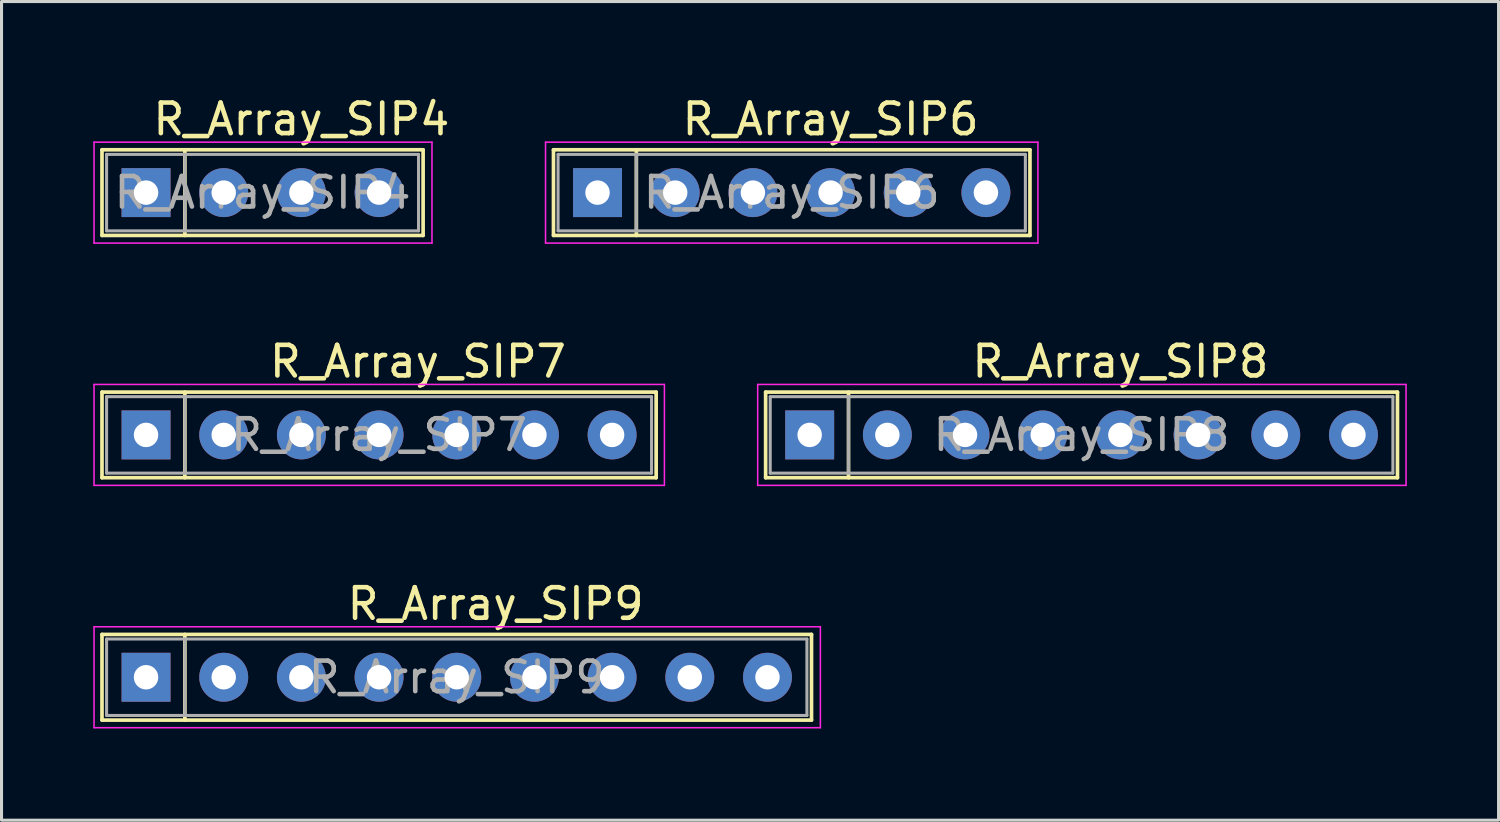
<source format=kicad_pcb>
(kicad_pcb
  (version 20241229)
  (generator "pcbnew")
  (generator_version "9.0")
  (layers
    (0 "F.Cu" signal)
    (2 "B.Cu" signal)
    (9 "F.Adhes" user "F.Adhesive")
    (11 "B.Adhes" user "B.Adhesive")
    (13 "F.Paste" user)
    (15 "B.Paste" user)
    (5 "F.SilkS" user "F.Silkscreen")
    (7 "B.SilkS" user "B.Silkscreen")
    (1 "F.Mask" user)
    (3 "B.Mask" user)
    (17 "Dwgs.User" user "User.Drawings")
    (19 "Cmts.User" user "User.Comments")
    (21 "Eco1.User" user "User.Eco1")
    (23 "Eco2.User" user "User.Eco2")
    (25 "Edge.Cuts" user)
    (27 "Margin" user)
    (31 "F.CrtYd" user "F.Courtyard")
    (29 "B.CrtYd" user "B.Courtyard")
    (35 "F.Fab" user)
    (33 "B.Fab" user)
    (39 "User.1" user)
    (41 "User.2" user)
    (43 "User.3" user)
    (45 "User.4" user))
  (footprint "R_Array_SIP8"
    (layer "F.Cu")
    (at 23.425 11.171)
    (property "Reference" "R_Array_SIP8" (at 10.16 -2.4 0) (layer "F.SilkS") (effects (font (size 1 1) (thickness 0.15))))
    (attr through_hole)
    (fp_line (start -1.44 -1.4) (end -1.44 1.4) (stroke (width 0.12) (type solid)) (layer "F.SilkS"))
    (fp_line (start -1.44 1.4) (end 19.22 1.4) (stroke (width 0.12) (type solid)) (layer "F.SilkS"))
    (fp_line (start 1.27 -1.4) (end 1.27 1.4) (stroke (width 0.12) (type solid)) (layer "F.SilkS"))
    (fp_line (start 19.22 -1.4) (end -1.44 -1.4) (stroke (width 0.12) (type solid)) (layer "F.SilkS"))
    (fp_line (start 19.22 1.4) (end 19.22 -1.4) (stroke (width 0.12) (type solid)) (layer "F.SilkS"))
    (fp_line (start -1.7 -1.65) (end -1.7 1.65) (stroke (width 0.05) (type solid)) (layer "F.CrtYd"))
    (fp_line (start -1.7 1.65) (end 19.5 1.65) (stroke (width 0.05) (type solid)) (layer "F.CrtYd"))
    (fp_line (start 19.5 -1.65) (end -1.7 -1.65) (stroke (width 0.05) (type solid)) (layer "F.CrtYd"))
    (fp_line (start 19.5 1.65) (end 19.5 -1.65) (stroke (width 0.05) (type solid)) (layer "F.CrtYd"))
    (fp_line (start -1.29 -1.25) (end -1.29 1.25) (stroke (width 0.1) (type solid)) (layer "F.Fab"))
    (fp_line (start -1.29 1.25) (end 19.07 1.25) (stroke (width 0.1) (type solid)) (layer "F.Fab"))
    (fp_line (start 1.27 -1.25) (end 1.27 1.25) (stroke (width 0.1) (type solid)) (layer "F.Fab"))
    (fp_line (start 19.07 -1.25) (end -1.29 -1.25) (stroke (width 0.1) (type solid)) (layer "F.Fab"))
    (fp_line (start 19.07 1.25) (end 19.07 -1.25) (stroke (width 0.1) (type solid)) (layer "F.Fab"))
    (fp_text user "${REFERENCE}" (at 8.89 0 0) (layer "F.Fab") (effects (font (size 1 1) (thickness 0.15))))
    (pad "1" thru_hole rect (at 0 0) (size 1.6 1.6) (drill 0.8) (layers "*.Cu" "*.Mask"))
    (pad "2" thru_hole oval (at 2.54 0) (size 1.6 1.6) (drill 0.8) (layers "*.Cu" "*.Mask"))
    (pad "3" thru_hole oval (at 5.08 0) (size 1.6 1.6) (drill 0.8) (layers "*.Cu" "*.Mask"))
    (pad "4" thru_hole oval (at 7.62 0) (size 1.6 1.6) (drill 0.8) (layers "*.Cu" "*.Mask"))
    (pad "5" thru_hole oval (at 10.16 0) (size 1.6 1.6) (drill 0.8) (layers "*.Cu" "*.Mask"))
    (pad "6" thru_hole oval (at 12.7 0) (size 1.6 1.6) (drill 0.8) (layers "*.Cu" "*.Mask"))
    (pad "7" thru_hole oval (at 15.24 0) (size 1.6 1.6) (drill 0.8) (layers "*.Cu" "*.Mask"))
    (pad "8" thru_hole oval (at 17.78 0) (size 1.6 1.6) (drill 0.8) (layers "*.Cu" "*.Mask")))
  (footprint "R_Array_SIP6"
    (layer "F.Cu")
    (at 16.488 3.248)
    (property "Reference" "R_Array_SIP6" (at 7.62 -2.4 0) (layer "F.SilkS") (effects (font (size 1 1) (thickness 0.15))))
    (attr through_hole)
    (fp_line (start -1.44 -1.4) (end -1.44 1.4) (stroke (width 0.12) (type solid)) (layer "F.SilkS"))
    (fp_line (start -1.44 1.4) (end 14.14 1.4) (stroke (width 0.12) (type solid)) (layer "F.SilkS"))
    (fp_line (start 1.27 -1.4) (end 1.27 1.4) (stroke (width 0.12) (type solid)) (layer "F.SilkS"))
    (fp_line (start 14.14 -1.4) (end -1.44 -1.4) (stroke (width 0.12) (type solid)) (layer "F.SilkS"))
    (fp_line (start 14.14 1.4) (end 14.14 -1.4) (stroke (width 0.12) (type solid)) (layer "F.SilkS"))
    (fp_line (start -1.7 -1.65) (end -1.7 1.65) (stroke (width 0.05) (type solid)) (layer "F.CrtYd"))
    (fp_line (start -1.7 1.65) (end 14.4 1.65) (stroke (width 0.05) (type solid)) (layer "F.CrtYd"))
    (fp_line (start 14.4 -1.65) (end -1.7 -1.65) (stroke (width 0.05) (type solid)) (layer "F.CrtYd"))
    (fp_line (start 14.4 1.65) (end 14.4 -1.65) (stroke (width 0.05) (type solid)) (layer "F.CrtYd"))
    (fp_line (start -1.29 -1.25) (end -1.29 1.25) (stroke (width 0.1) (type solid)) (layer "F.Fab"))
    (fp_line (start -1.29 1.25) (end 13.99 1.25) (stroke (width 0.1) (type solid)) (layer "F.Fab"))
    (fp_line (start 1.27 -1.25) (end 1.27 1.25) (stroke (width 0.1) (type solid)) (layer "F.Fab"))
    (fp_line (start 13.99 -1.25) (end -1.29 -1.25) (stroke (width 0.1) (type solid)) (layer "F.Fab"))
    (fp_line (start 13.99 1.25) (end 13.99 -1.25) (stroke (width 0.1) (type solid)) (layer "F.Fab"))
    (fp_text user "${REFERENCE}" (at 6.35 0 0) (layer "F.Fab") (effects (font (size 1 1) (thickness 0.15))))
    (pad "1" thru_hole rect (at 0 0) (size 1.6 1.6) (drill 0.8) (layers "*.Cu" "*.Mask"))
    (pad "2" thru_hole oval (at 2.54 0) (size 1.6 1.6) (drill 0.8) (layers "*.Cu" "*.Mask"))
    (pad "3" thru_hole oval (at 5.08 0) (size 1.6 1.6) (drill 0.8) (layers "*.Cu" "*.Mask"))
    (pad "4" thru_hole oval (at 7.62 0) (size 1.6 1.6) (drill 0.8) (layers "*.Cu" "*.Mask"))
    (pad "5" thru_hole oval (at 10.16 0) (size 1.6 1.6) (drill 0.8) (layers "*.Cu" "*.Mask"))
    (pad "6" thru_hole oval (at 12.7 0) (size 1.6 1.6) (drill 0.8) (layers "*.Cu" "*.Mask")))
  (footprint "R_Array_SIP4"
    (layer "F.Cu")
    (at 1.725 3.248)
    (property "Reference" "R_Array_SIP4" (at 5.08 -2.4 0) (layer "F.SilkS") (effects (font (size 1 1) (thickness 0.15))))
    (attr through_hole)
    (fp_line (start -1.44 -1.4) (end -1.44 1.4) (stroke (width 0.12) (type solid)) (layer "F.SilkS"))
    (fp_line (start -1.44 1.4) (end 9.06 1.4) (stroke (width 0.12) (type solid)) (layer "F.SilkS"))
    (fp_line (start 1.27 -1.4) (end 1.27 1.4) (stroke (width 0.12) (type solid)) (layer "F.SilkS"))
    (fp_line (start 9.06 -1.4) (end -1.44 -1.4) (stroke (width 0.12) (type solid)) (layer "F.SilkS"))
    (fp_line (start 9.06 1.4) (end 9.06 -1.4) (stroke (width 0.12) (type solid)) (layer "F.SilkS"))
    (fp_line (start -1.7 -1.65) (end -1.7 1.65) (stroke (width 0.05) (type solid)) (layer "F.CrtYd"))
    (fp_line (start -1.7 1.65) (end 9.35 1.65) (stroke (width 0.05) (type solid)) (layer "F.CrtYd"))
    (fp_line (start 9.35 -1.65) (end -1.7 -1.65) (stroke (width 0.05) (type solid)) (layer "F.CrtYd"))
    (fp_line (start 9.35 1.65) (end 9.35 -1.65) (stroke (width 0.05) (type solid)) (layer "F.CrtYd"))
    (fp_line (start -1.29 -1.25) (end -1.29 1.25) (stroke (width 0.1) (type solid)) (layer "F.Fab"))
    (fp_line (start -1.29 1.25) (end 8.91 1.25) (stroke (width 0.1) (type solid)) (layer "F.Fab"))
    (fp_line (start 1.27 -1.25) (end 1.27 1.25) (stroke (width 0.1) (type solid)) (layer "F.Fab"))
    (fp_line (start 8.91 -1.25) (end -1.29 -1.25) (stroke (width 0.1) (type solid)) (layer "F.Fab"))
    (fp_line (start 8.91 1.25) (end 8.91 -1.25) (stroke (width 0.1) (type solid)) (layer "F.Fab"))
    (fp_text user "${REFERENCE}" (at 3.81 0 0) (layer "F.Fab") (effects (font (size 1 1) (thickness 0.15))))
    (pad "1" thru_hole rect (at 0 0) (size 1.6 1.6) (drill 0.8) (layers "*.Cu" "*.Mask"))
    (pad "2" thru_hole oval (at 2.54 0) (size 1.6 1.6) (drill 0.8) (layers "*.Cu" "*.Mask"))
    (pad "3" thru_hole oval (at 5.08 0) (size 1.6 1.6) (drill 0.8) (layers "*.Cu" "*.Mask"))
    (pad "4" thru_hole oval (at 7.62 0) (size 1.6 1.6) (drill 0.8) (layers "*.Cu" "*.Mask")))
  (footprint "R_Array_SIP7"
    (layer "F.Cu")
    (at 1.725 11.171)
    (property "Reference" "R_Array_SIP7" (at 8.89 -2.4 0) (layer "F.SilkS") (effects (font (size 1 1) (thickness 0.15))))
    (attr through_hole)
    (fp_line (start -1.44 -1.4) (end -1.44 1.4) (stroke (width 0.12) (type solid)) (layer "F.SilkS"))
    (fp_line (start -1.44 1.4) (end 16.68 1.4) (stroke (width 0.12) (type solid)) (layer "F.SilkS"))
    (fp_line (start 1.27 -1.4) (end 1.27 1.4) (stroke (width 0.12) (type solid)) (layer "F.SilkS"))
    (fp_line (start 16.68 -1.4) (end -1.44 -1.4) (stroke (width 0.12) (type solid)) (layer "F.SilkS"))
    (fp_line (start 16.68 1.4) (end 16.68 -1.4) (stroke (width 0.12) (type solid)) (layer "F.SilkS"))
    (fp_line (start -1.7 -1.65) (end -1.7 1.65) (stroke (width 0.05) (type solid)) (layer "F.CrtYd"))
    (fp_line (start -1.7 1.65) (end 16.95 1.65) (stroke (width 0.05) (type solid)) (layer "F.CrtYd"))
    (fp_line (start 16.95 -1.65) (end -1.7 -1.65) (stroke (width 0.05) (type solid)) (layer "F.CrtYd"))
    (fp_line (start 16.95 1.65) (end 16.95 -1.65) (stroke (width 0.05) (type solid)) (layer "F.CrtYd"))
    (fp_line (start -1.29 -1.25) (end -1.29 1.25) (stroke (width 0.1) (type solid)) (layer "F.Fab"))
    (fp_line (start -1.29 1.25) (end 16.53 1.25) (stroke (width 0.1) (type solid)) (layer "F.Fab"))
    (fp_line (start 1.27 -1.25) (end 1.27 1.25) (stroke (width 0.1) (type solid)) (layer "F.Fab"))
    (fp_line (start 16.53 -1.25) (end -1.29 -1.25) (stroke (width 0.1) (type solid)) (layer "F.Fab"))
    (fp_line (start 16.53 1.25) (end 16.53 -1.25) (stroke (width 0.1) (type solid)) (layer "F.Fab"))
    (fp_text user "${REFERENCE}" (at 7.62 0 0) (layer "F.Fab") (effects (font (size 1 1) (thickness 0.15))))
    (pad "1" thru_hole rect (at 0 0) (size 1.6 1.6) (drill 0.8) (layers "*.Cu" "*.Mask"))
    (pad "2" thru_hole oval (at 2.54 0) (size 1.6 1.6) (drill 0.8) (layers "*.Cu" "*.Mask"))
    (pad "3" thru_hole oval (at 5.08 0) (size 1.6 1.6) (drill 0.8) (layers "*.Cu" "*.Mask"))
    (pad "4" thru_hole oval (at 7.62 0) (size 1.6 1.6) (drill 0.8) (layers "*.Cu" "*.Mask"))
    (pad "5" thru_hole oval (at 10.16 0) (size 1.6 1.6) (drill 0.8) (layers "*.Cu" "*.Mask"))
    (pad "6" thru_hole oval (at 12.7 0) (size 1.6 1.6) (drill 0.8) (layers "*.Cu" "*.Mask"))
    (pad "7" thru_hole oval (at 15.24 0) (size 1.6 1.6) (drill 0.8) (layers "*.Cu" "*.Mask")))
  (footprint "R_Array_SIP9"
    (layer "F.Cu")
    (at 1.725 19.095)
    (property "Reference" "R_Array_SIP9" (at 11.43 -2.4 0) (layer "F.SilkS") (effects (font (size 1 1) (thickness 0.15))))
    (attr through_hole)
    (fp_line (start -1.44 -1.4) (end -1.44 1.4) (stroke (width 0.12) (type solid)) (layer "F.SilkS"))
    (fp_line (start -1.44 1.4) (end 21.76 1.4) (stroke (width 0.12) (type solid)) (layer "F.SilkS"))
    (fp_line (start 1.27 -1.4) (end 1.27 1.4) (stroke (width 0.12) (type solid)) (layer "F.SilkS"))
    (fp_line (start 21.76 -1.4) (end -1.44 -1.4) (stroke (width 0.12) (type solid)) (layer "F.SilkS"))
    (fp_line (start 21.76 1.4) (end 21.76 -1.4) (stroke (width 0.12) (type solid)) (layer "F.SilkS"))
    (fp_line (start -1.7 -1.65) (end -1.7 1.65) (stroke (width 0.05) (type solid)) (layer "F.CrtYd"))
    (fp_line (start -1.7 1.65) (end 22.05 1.65) (stroke (width 0.05) (type solid)) (layer "F.CrtYd"))
    (fp_line (start 22.05 -1.65) (end -1.7 -1.65) (stroke (width 0.05) (type solid)) (layer "F.CrtYd"))
    (fp_line (start 22.05 1.65) (end 22.05 -1.65) (stroke (width 0.05) (type solid)) (layer "F.CrtYd"))
    (fp_line (start -1.29 -1.25) (end -1.29 1.25) (stroke (width 0.1) (type solid)) (layer "F.Fab"))
    (fp_line (start -1.29 1.25) (end 21.61 1.25) (stroke (width 0.1) (type solid)) (layer "F.Fab"))
    (fp_line (start 1.27 -1.25) (end 1.27 1.25) (stroke (width 0.1) (type solid)) (layer "F.Fab"))
    (fp_line (start 21.61 -1.25) (end -1.29 -1.25) (stroke (width 0.1) (type solid)) (layer "F.Fab"))
    (fp_line (start 21.61 1.25) (end 21.61 -1.25) (stroke (width 0.1) (type solid)) (layer "F.Fab"))
    (fp_text user "${REFERENCE}" (at 10.16 0 0) (layer "F.Fab") (effects (font (size 1 1) (thickness 0.15))))
    (pad "1" thru_hole rect (at 0 0) (size 1.6 1.6) (drill 0.8) (layers "*.Cu" "*.Mask"))
    (pad "2" thru_hole oval (at 2.54 0) (size 1.6 1.6) (drill 0.8) (layers "*.Cu" "*.Mask"))
    (pad "3" thru_hole oval (at 5.08 0) (size 1.6 1.6) (drill 0.8) (layers "*.Cu" "*.Mask"))
    (pad "4" thru_hole oval (at 7.62 0) (size 1.6 1.6) (drill 0.8) (layers "*.Cu" "*.Mask"))
    (pad "5" thru_hole oval (at 10.16 0) (size 1.6 1.6) (drill 0.8) (layers "*.Cu" "*.Mask"))
    (pad "6" thru_hole oval (at 12.7 0) (size 1.6 1.6) (drill 0.8) (layers "*.Cu" "*.Mask"))
    (pad "7" thru_hole oval (at 15.24 0) (size 1.6 1.6) (drill 0.8) (layers "*.Cu" "*.Mask"))
    (pad "8" thru_hole oval (at 17.78 0) (size 1.6 1.6) (drill 0.8) (layers "*.Cu" "*.Mask"))
    (pad "9" thru_hole oval (at 20.32 0) (size 1.6 1.6) (drill 0.8) (layers "*.Cu" "*.Mask")))
  (gr_rect
    (start -3 -3)
    (end 45.95 23.77)
    (stroke (width 0.1) (type default))
    (fill no)
    (layer "Edge.Cuts")))
</source>
